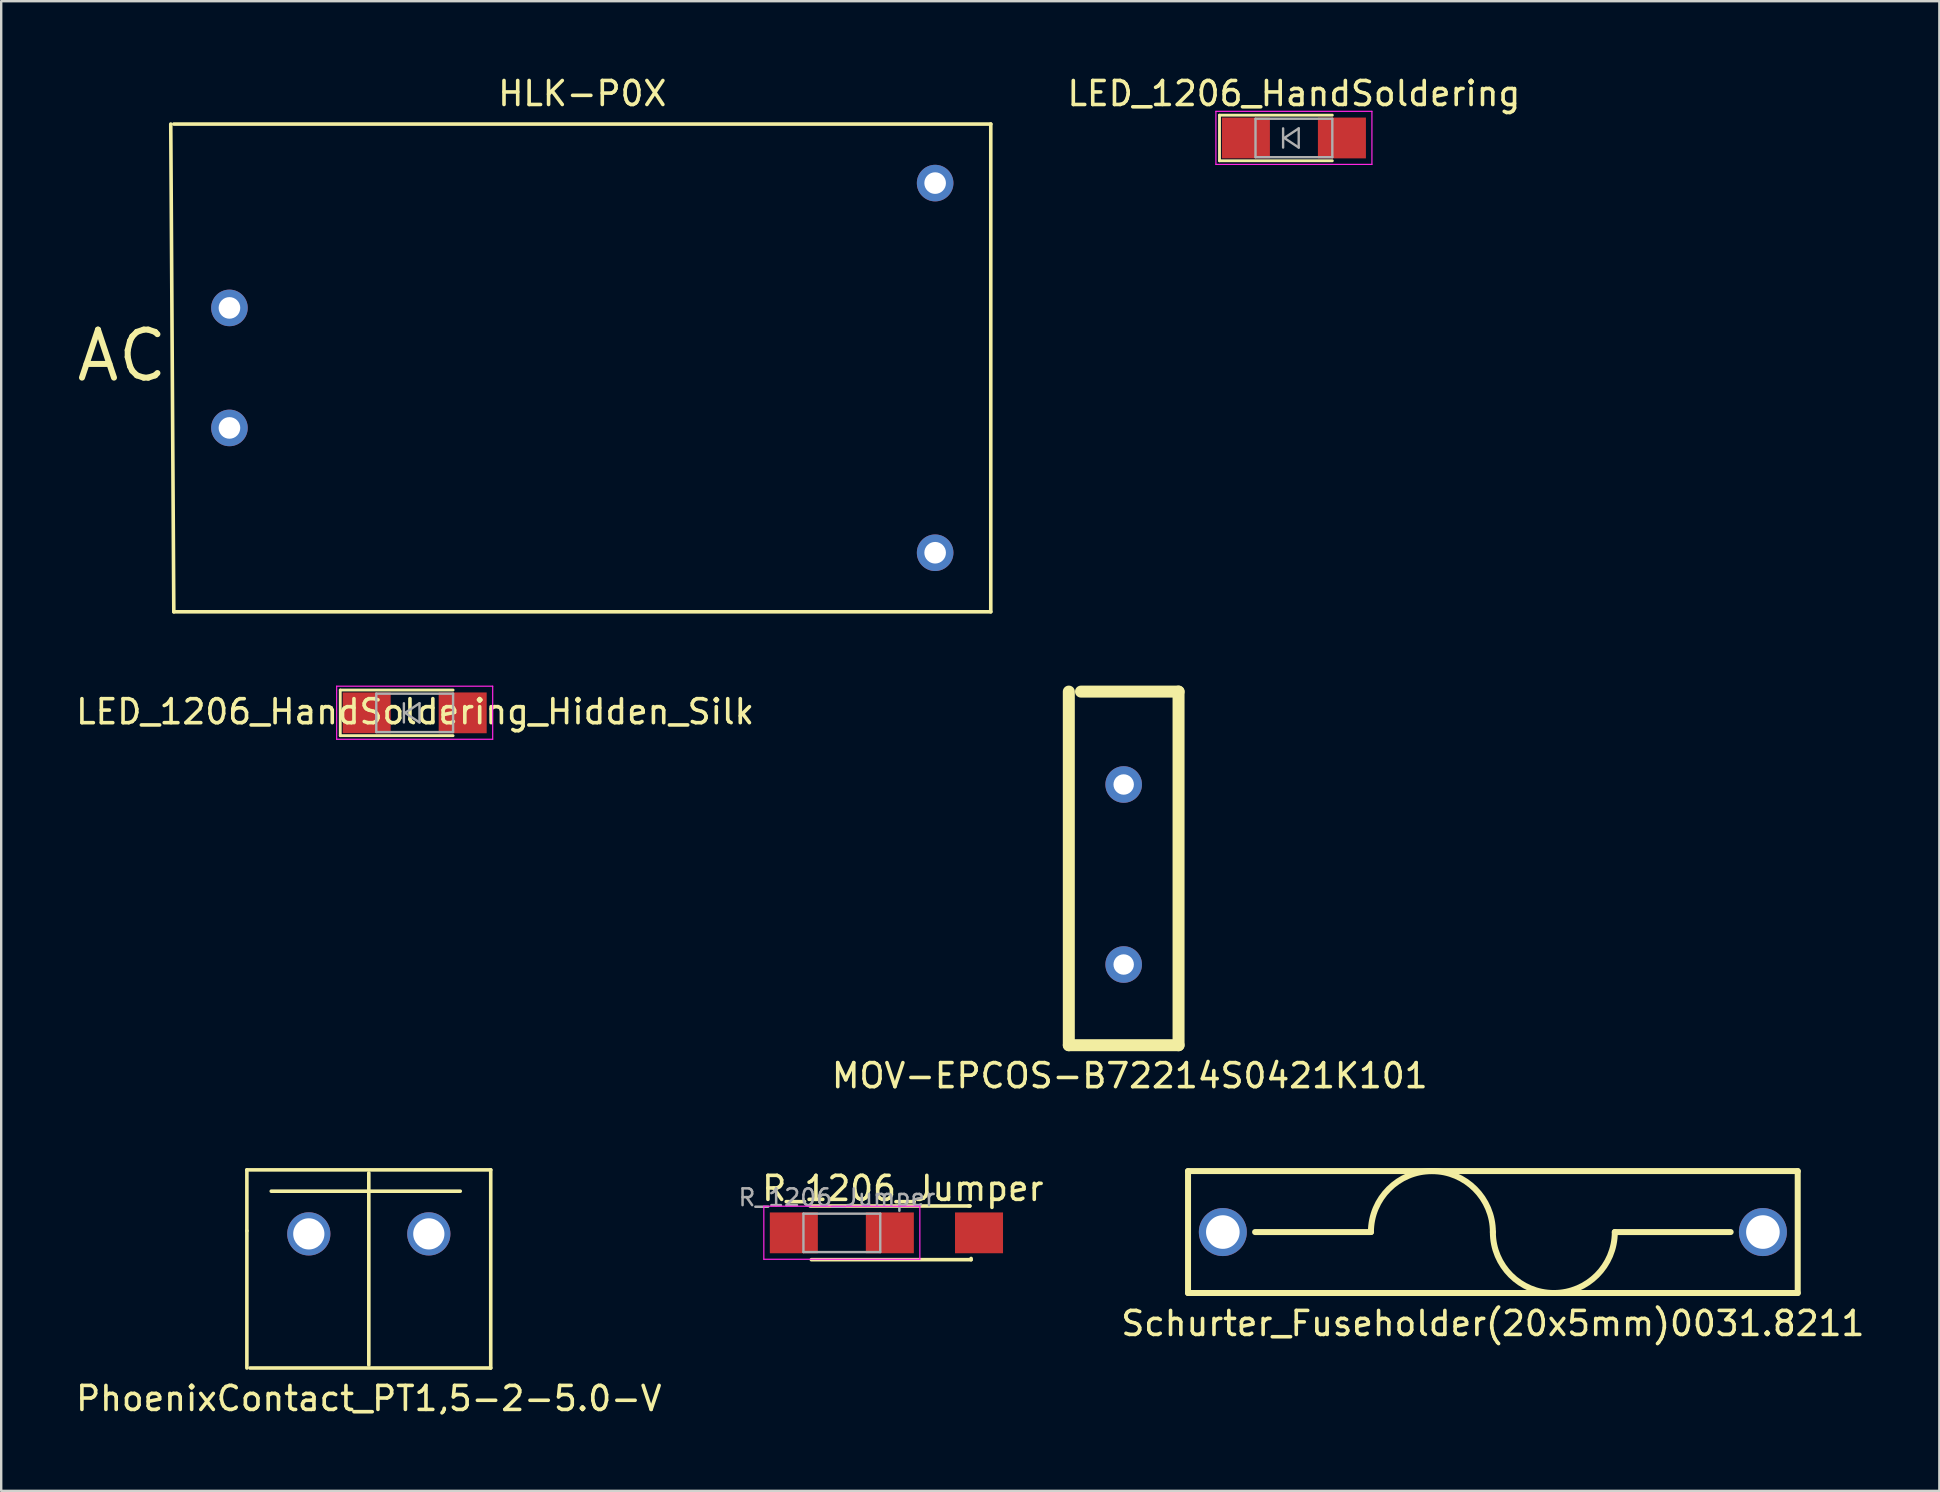
<source format=kicad_pcb>
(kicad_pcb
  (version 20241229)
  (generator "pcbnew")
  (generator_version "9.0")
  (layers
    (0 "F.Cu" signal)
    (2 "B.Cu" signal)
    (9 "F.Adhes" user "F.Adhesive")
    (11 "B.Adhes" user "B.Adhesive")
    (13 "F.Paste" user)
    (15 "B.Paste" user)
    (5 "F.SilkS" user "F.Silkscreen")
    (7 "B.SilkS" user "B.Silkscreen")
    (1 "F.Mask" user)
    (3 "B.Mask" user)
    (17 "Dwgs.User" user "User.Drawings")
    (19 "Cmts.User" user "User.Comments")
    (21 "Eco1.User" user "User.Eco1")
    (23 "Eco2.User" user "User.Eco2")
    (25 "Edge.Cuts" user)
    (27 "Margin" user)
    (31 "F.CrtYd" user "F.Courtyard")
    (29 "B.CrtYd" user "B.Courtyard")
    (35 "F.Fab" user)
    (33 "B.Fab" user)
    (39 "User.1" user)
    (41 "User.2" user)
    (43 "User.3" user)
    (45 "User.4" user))
  (footprint "HLK-P0X"
    (layer "F.Cu")
    (at 21.209 12.278)
    (property "Reference" "HLK-P0X" (at 0 -11.43 0) (layer "F.SilkS") (effects (font (size 1 1) (thickness 0.15))))
    (attr through_hole)
    (fp_line (start -17.018 -10.16) (end 17.018 -10.16) (stroke (width 0.15) (type solid)) (layer "F.SilkS"))
    (fp_line (start -17.018 10.16) (end -17.145 -10.16) (stroke (width 0.15) (type solid)) (layer "F.SilkS"))
    (fp_line (start 17.018 -10.16) (end 17.018 10.16) (stroke (width 0.15) (type solid)) (layer "F.SilkS"))
    (fp_line (start 17.018 10.16) (end -17.018 10.16) (stroke (width 0.15) (type solid)) (layer "F.SilkS"))
    (fp_text user "AC" (at -19.177 -0.508 0) (layer "F.SilkS") (effects (font (size 2 2) (thickness 0.25))))
    (pad "1" thru_hole circle (at -14.7 -2.5) (size 1.524 1.524) (drill 0.9) (layers "*.Cu" "*.Mask"))
    (pad "2" thru_hole circle (at -14.7 2.5) (size 1.524 1.524) (drill 0.9) (layers "*.Cu" "*.Mask"))
    (pad "3" thru_hole circle (at 14.7 -7.7) (size 1.524 1.524) (drill 0.9) (layers "*.Cu" "*.Mask"))
    (pad "4" thru_hole circle (at 14.7 7.7) (size 1.524 1.524) (drill 0.9) (layers "*.Cu" "*.Mask")))
  (footprint "LED_1206_HandSoldering_Hidden_Silk"
    (layer "F.Cu")
    (at 14.226 26.648)
    (property "Reference" "LED_1206_HandSoldering_Hidden_Silk" (at 0.018 -0.046 0) (layer "F.SilkS") (effects (font (size 1 1) (thickness 0.15))))
    (attr smd)
    (fp_line (start -3.1 -0.95) (end -3.1 0.95) (stroke (width 0.12) (type solid)) (layer "F.SilkS"))
    (fp_line (start -3.1 -0.95) (end 1.6 -0.95) (stroke (width 0.12) (type solid)) (layer "F.SilkS"))
    (fp_line (start -3.1 0.95) (end 1.6 0.95) (stroke (width 0.12) (type solid)) (layer "F.SilkS"))
    (fp_line (start -3.25 -1.11) (end -3.25 1.1) (stroke (width 0.05) (type solid)) (layer "F.CrtYd"))
    (fp_line (start -3.25 -1.11) (end 3.25 -1.11) (stroke (width 0.05) (type solid)) (layer "F.CrtYd"))
    (fp_line (start 3.25 1.1) (end -3.25 1.1) (stroke (width 0.05) (type solid)) (layer "F.CrtYd"))
    (fp_line (start 3.25 1.1) (end 3.25 -1.11) (stroke (width 0.05) (type solid)) (layer "F.CrtYd"))
    (fp_line (start -1.6 -0.8) (end 1.6 -0.8) (stroke (width 0.1) (type solid)) (layer "F.Fab"))
    (fp_line (start -1.6 0.8) (end -1.6 -0.8) (stroke (width 0.1) (type solid)) (layer "F.Fab"))
    (fp_line (start -0.45 -0.4) (end -0.45 0.4) (stroke (width 0.1) (type solid)) (layer "F.Fab"))
    (fp_line (start -0.4 0) (end 0.2 -0.4) (stroke (width 0.1) (type solid)) (layer "F.Fab"))
    (fp_line (start 0.2 -0.4) (end 0.2 0.4) (stroke (width 0.1) (type solid)) (layer "F.Fab"))
    (fp_line (start 0.2 0.4) (end -0.4 0) (stroke (width 0.1) (type solid)) (layer "F.Fab"))
    (fp_line (start 1.6 -0.8) (end 1.6 0.8) (stroke (width 0.1) (type solid)) (layer "F.Fab"))
    (fp_line (start 1.6 0.8) (end -1.6 0.8) (stroke (width 0.1) (type solid)) (layer "F.Fab"))
    (pad "1" smd rect (at -2 0) (size 2 1.7) (layers "F.Cu" "F.Mask" "F.Paste"))
    (pad "2" smd rect (at 2 0) (size 2 1.7) (layers "F.Cu" "F.Mask" "F.Paste")))
  (footprint "LED_1206_HandSoldering"
    (layer "F.Cu")
    (at 50.856 2.698)
    (property "Reference" "LED_1206_HandSoldering" (at 0 -1.85 0) (layer "F.SilkS") (effects (font (size 1 1) (thickness 0.15))))
    (attr smd)
    (fp_line (start -3.1 -0.95) (end -3.1 0.95) (stroke (width 0.12) (type solid)) (layer "F.SilkS"))
    (fp_line (start -3.1 -0.95) (end 1.6 -0.95) (stroke (width 0.12) (type solid)) (layer "F.SilkS"))
    (fp_line (start -3.1 0.95) (end 1.6 0.95) (stroke (width 0.12) (type solid)) (layer "F.SilkS"))
    (fp_line (start -3.25 -1.11) (end -3.25 1.1) (stroke (width 0.05) (type solid)) (layer "F.CrtYd"))
    (fp_line (start -3.25 -1.11) (end 3.25 -1.11) (stroke (width 0.05) (type solid)) (layer "F.CrtYd"))
    (fp_line (start 3.25 1.1) (end -3.25 1.1) (stroke (width 0.05) (type solid)) (layer "F.CrtYd"))
    (fp_line (start 3.25 1.1) (end 3.25 -1.11) (stroke (width 0.05) (type solid)) (layer "F.CrtYd"))
    (fp_line (start -1.6 -0.8) (end 1.6 -0.8) (stroke (width 0.1) (type solid)) (layer "F.Fab"))
    (fp_line (start -1.6 0.8) (end -1.6 -0.8) (stroke (width 0.1) (type solid)) (layer "F.Fab"))
    (fp_line (start -0.45 -0.4) (end -0.45 0.4) (stroke (width 0.1) (type solid)) (layer "F.Fab"))
    (fp_line (start -0.4 0) (end 0.2 -0.4) (stroke (width 0.1) (type solid)) (layer "F.Fab"))
    (fp_line (start 0.2 -0.4) (end 0.2 0.4) (stroke (width 0.1) (type solid)) (layer "F.Fab"))
    (fp_line (start 0.2 0.4) (end -0.4 0) (stroke (width 0.1) (type solid)) (layer "F.Fab"))
    (fp_line (start 1.6 -0.8) (end 1.6 0.8) (stroke (width 0.1) (type solid)) (layer "F.Fab"))
    (fp_line (start 1.6 0.8) (end -1.6 0.8) (stroke (width 0.1) (type solid)) (layer "F.Fab"))
    (pad "1" smd rect (at -2 0) (size 2 1.7) (layers "F.Cu" "F.Mask" "F.Paste"))
    (pad "2" smd rect (at 2 0) (size 2 1.7) (layers "F.Cu" "F.Mask" "F.Paste")))
  (footprint "Schurter_Fuseholder(20x5mm)0031.8211"
    (layer "F.Cu")
    (at 59.145 48.279)
    (property "Reference" "Schurter_Fuseholder(20x5mm)0031.8211" (at 0 3.81 0) (layer "F.SilkS") (effects (font (size 1 1) (thickness 0.15))))
    (attr through_hole)
    (fp_line (start -12.7 -2.54) (end 12.7 -2.54) (stroke (width 0.25) (type solid)) (layer "F.SilkS"))
    (fp_line (start -12.7 2.54) (end -12.7 -2.54) (stroke (width 0.25) (type solid)) (layer "F.SilkS"))
    (fp_line (start -9.906 0) (end -5.08 0) (stroke (width 0.25) (type solid)) (layer "F.SilkS"))
    (fp_line (start 9.906 0) (end 5.08 0) (stroke (width 0.25) (type solid)) (layer "F.SilkS"))
    (fp_line (start 12.7 -2.54) (end 12.7 2.54) (stroke (width 0.25) (type solid)) (layer "F.SilkS"))
    (fp_line (start 12.7 2.54) (end -12.7 2.54) (stroke (width 0.25) (type solid)) (layer "F.SilkS"))
    (fp_arc (start -5.08 0) (mid -2.54 -2.54) (end 0 0) (stroke (width 0.25) (type solid)) (layer "F.SilkS"))
    (fp_arc (start 5.08 0) (mid 2.54 2.54) (end 0 0) (stroke (width 0.25) (type solid)) (layer "F.SilkS"))
    (pad "1" thru_hole circle (at -11.25 0) (size 2 2) (drill 1.4) (layers "*.Cu" "*.Mask"))
    (pad "2" thru_hole circle (at 11.25 0) (size 2 2) (drill 1.4) (layers "*.Cu" "*.Mask")))
  (footprint "R_1206_Jumper"
    (layer "F.Cu")
    (at 32.022 48.312)
    (property "Reference" "R_1206_Jumper" (at 2.54 -1.85 0) (layer "F.SilkS") (effects (font (size 1 1) (thickness 0.15))))
    (attr smd)
    (fp_line (start -1.321 -1.118) (end 5.334 -1.118) (stroke (width 0.15) (type solid)) (layer "F.SilkS"))
    (fp_line (start -1.27 1.118) (end 5.385 1.118) (stroke (width 0.15) (type solid)) (layer "F.SilkS"))
    (fp_line (start 5.334 -1.118) (end 5.283 -1.118) (stroke (width 0.15) (type solid)) (layer "F.SilkS"))
    (fp_line (start 5.385 1.118) (end 5.385 1.067) (stroke (width 0.15) (type solid)) (layer "F.SilkS"))
    (fp_line (start -3.25 -1.11) (end -3.25 1.1) (stroke (width 0.05) (type solid)) (layer "F.CrtYd"))
    (fp_line (start -3.25 -1.11) (end 3.25 -1.11) (stroke (width 0.05) (type solid)) (layer "F.CrtYd"))
    (fp_line (start 3.25 1.1) (end -3.25 1.1) (stroke (width 0.05) (type solid)) (layer "F.CrtYd"))
    (fp_line (start 3.25 1.1) (end 3.25 -1.11) (stroke (width 0.05) (type solid)) (layer "F.CrtYd"))
    (fp_line (start -1.6 -0.8) (end 1.6 -0.8) (stroke (width 0.1) (type solid)) (layer "F.Fab"))
    (fp_line (start -1.6 0.8) (end -1.6 -0.8) (stroke (width 0.1) (type solid)) (layer "F.Fab"))
    (fp_line (start 1.6 -0.8) (end 1.6 0.8) (stroke (width 0.1) (type solid)) (layer "F.Fab"))
    (fp_line (start 1.6 0.8) (end -1.6 0.8) (stroke (width 0.1) (type solid)) (layer "F.Fab"))
    (fp_text user "${REFERENCE}" (at -0.203 -1.473 0) (layer "F.Fab") (effects (font (size 0.7 0.7) (thickness 0.105))))
    (pad "1" smd rect (at -2 0) (size 2 1.7) (layers "F.Cu" "F.Mask" "F.Paste"))
    (pad "2" smd rect (at 2 0) (size 2 1.7) (layers "F.Cu" "F.Mask" "F.Paste"))
    (pad "3" smd rect (at 5.715 0) (size 2 1.7) (layers "F.Cu" "F.Mask" "F.Paste")))
  (footprint "MOV-EPCOS-B72214S0421K101"
    (layer "F.Cu")
    (at 43.764 33.383)
    (property "Reference" "MOV-EPCOS-B72214S0421K101" (at 0.254 8.382 0) (layer "F.SilkS") (effects (font (size 1 1) (thickness 0.15))))
    (attr through_hole)
    (fp_line (start -2.286 7.112) (end -2.286 -7.62) (stroke (width 0.5) (type solid)) (layer "F.SilkS"))
    (fp_line (start -1.778 -7.62) (end 2.286 -7.62) (stroke (width 0.5) (type solid)) (layer "F.SilkS"))
    (fp_line (start 2.286 -7.62) (end 2.286 7.112) (stroke (width 0.5) (type solid)) (layer "F.SilkS"))
    (fp_line (start 2.286 7.112) (end -2.286 7.112) (stroke (width 0.5) (type solid)) (layer "F.SilkS"))
    (pad "1" thru_hole circle (at 0 -3.75) (size 1.524 1.524) (drill 0.85) (layers "*.Cu" "*.Mask"))
    (pad "2" thru_hole circle (at 0 3.75) (size 1.524 1.524) (drill 0.85) (layers "*.Cu" "*.Mask")))
  (footprint "PhoenixContact_PT1,5-2-5.0-V"
    (layer "F.Cu")
    (at 12.315 48.355)
    (property "Reference" "PhoenixContact_PT1,5-2-5.0-V" (at 0 6.858 0) (layer "F.SilkS") (effects (font (size 1 1) (thickness 0.15))))
    (attr through_hole)
    (fp_line (start -5.08 -2.667) (end -5.08 -0.127) (stroke (width 0.15) (type solid)) (layer "F.SilkS"))
    (fp_line (start -5.08 -0.127) (end -5.08 5.588) (stroke (width 0.15) (type solid)) (layer "F.SilkS"))
    (fp_line (start -4.953 5.588) (end 5.08 5.588) (stroke (width 0.15) (type solid)) (layer "F.SilkS"))
    (fp_line (start -4.064 -1.778) (end 3.81 -1.778) (stroke (width 0.15) (type solid)) (layer "F.SilkS"))
    (fp_line (start 0 -2.54) (end 0 5.461) (stroke (width 0.15) (type solid)) (layer "F.SilkS"))
    (fp_line (start 5.08 -2.667) (end -5.08 -2.667) (stroke (width 0.15) (type solid)) (layer "F.SilkS"))
    (fp_line (start 5.08 5.588) (end 5.08 -2.667) (stroke (width 0.15) (type solid)) (layer "F.SilkS"))
    (pad "1" thru_hole circle (at -2.5 0) (size 1.8 1.8) (drill 1.3) (layers "*.Cu" "*.Mask"))
    (pad "2" thru_hole circle (at 2.5 0) (size 1.8 1.8) (drill 1.3) (layers "*.Cu" "*.Mask")))
  (gr_rect
    (start -3 -3)
    (end 77.746 59.062)
    (stroke (width 0.1) (type default))
    (fill no)
    (layer "Edge.Cuts")))
</source>
